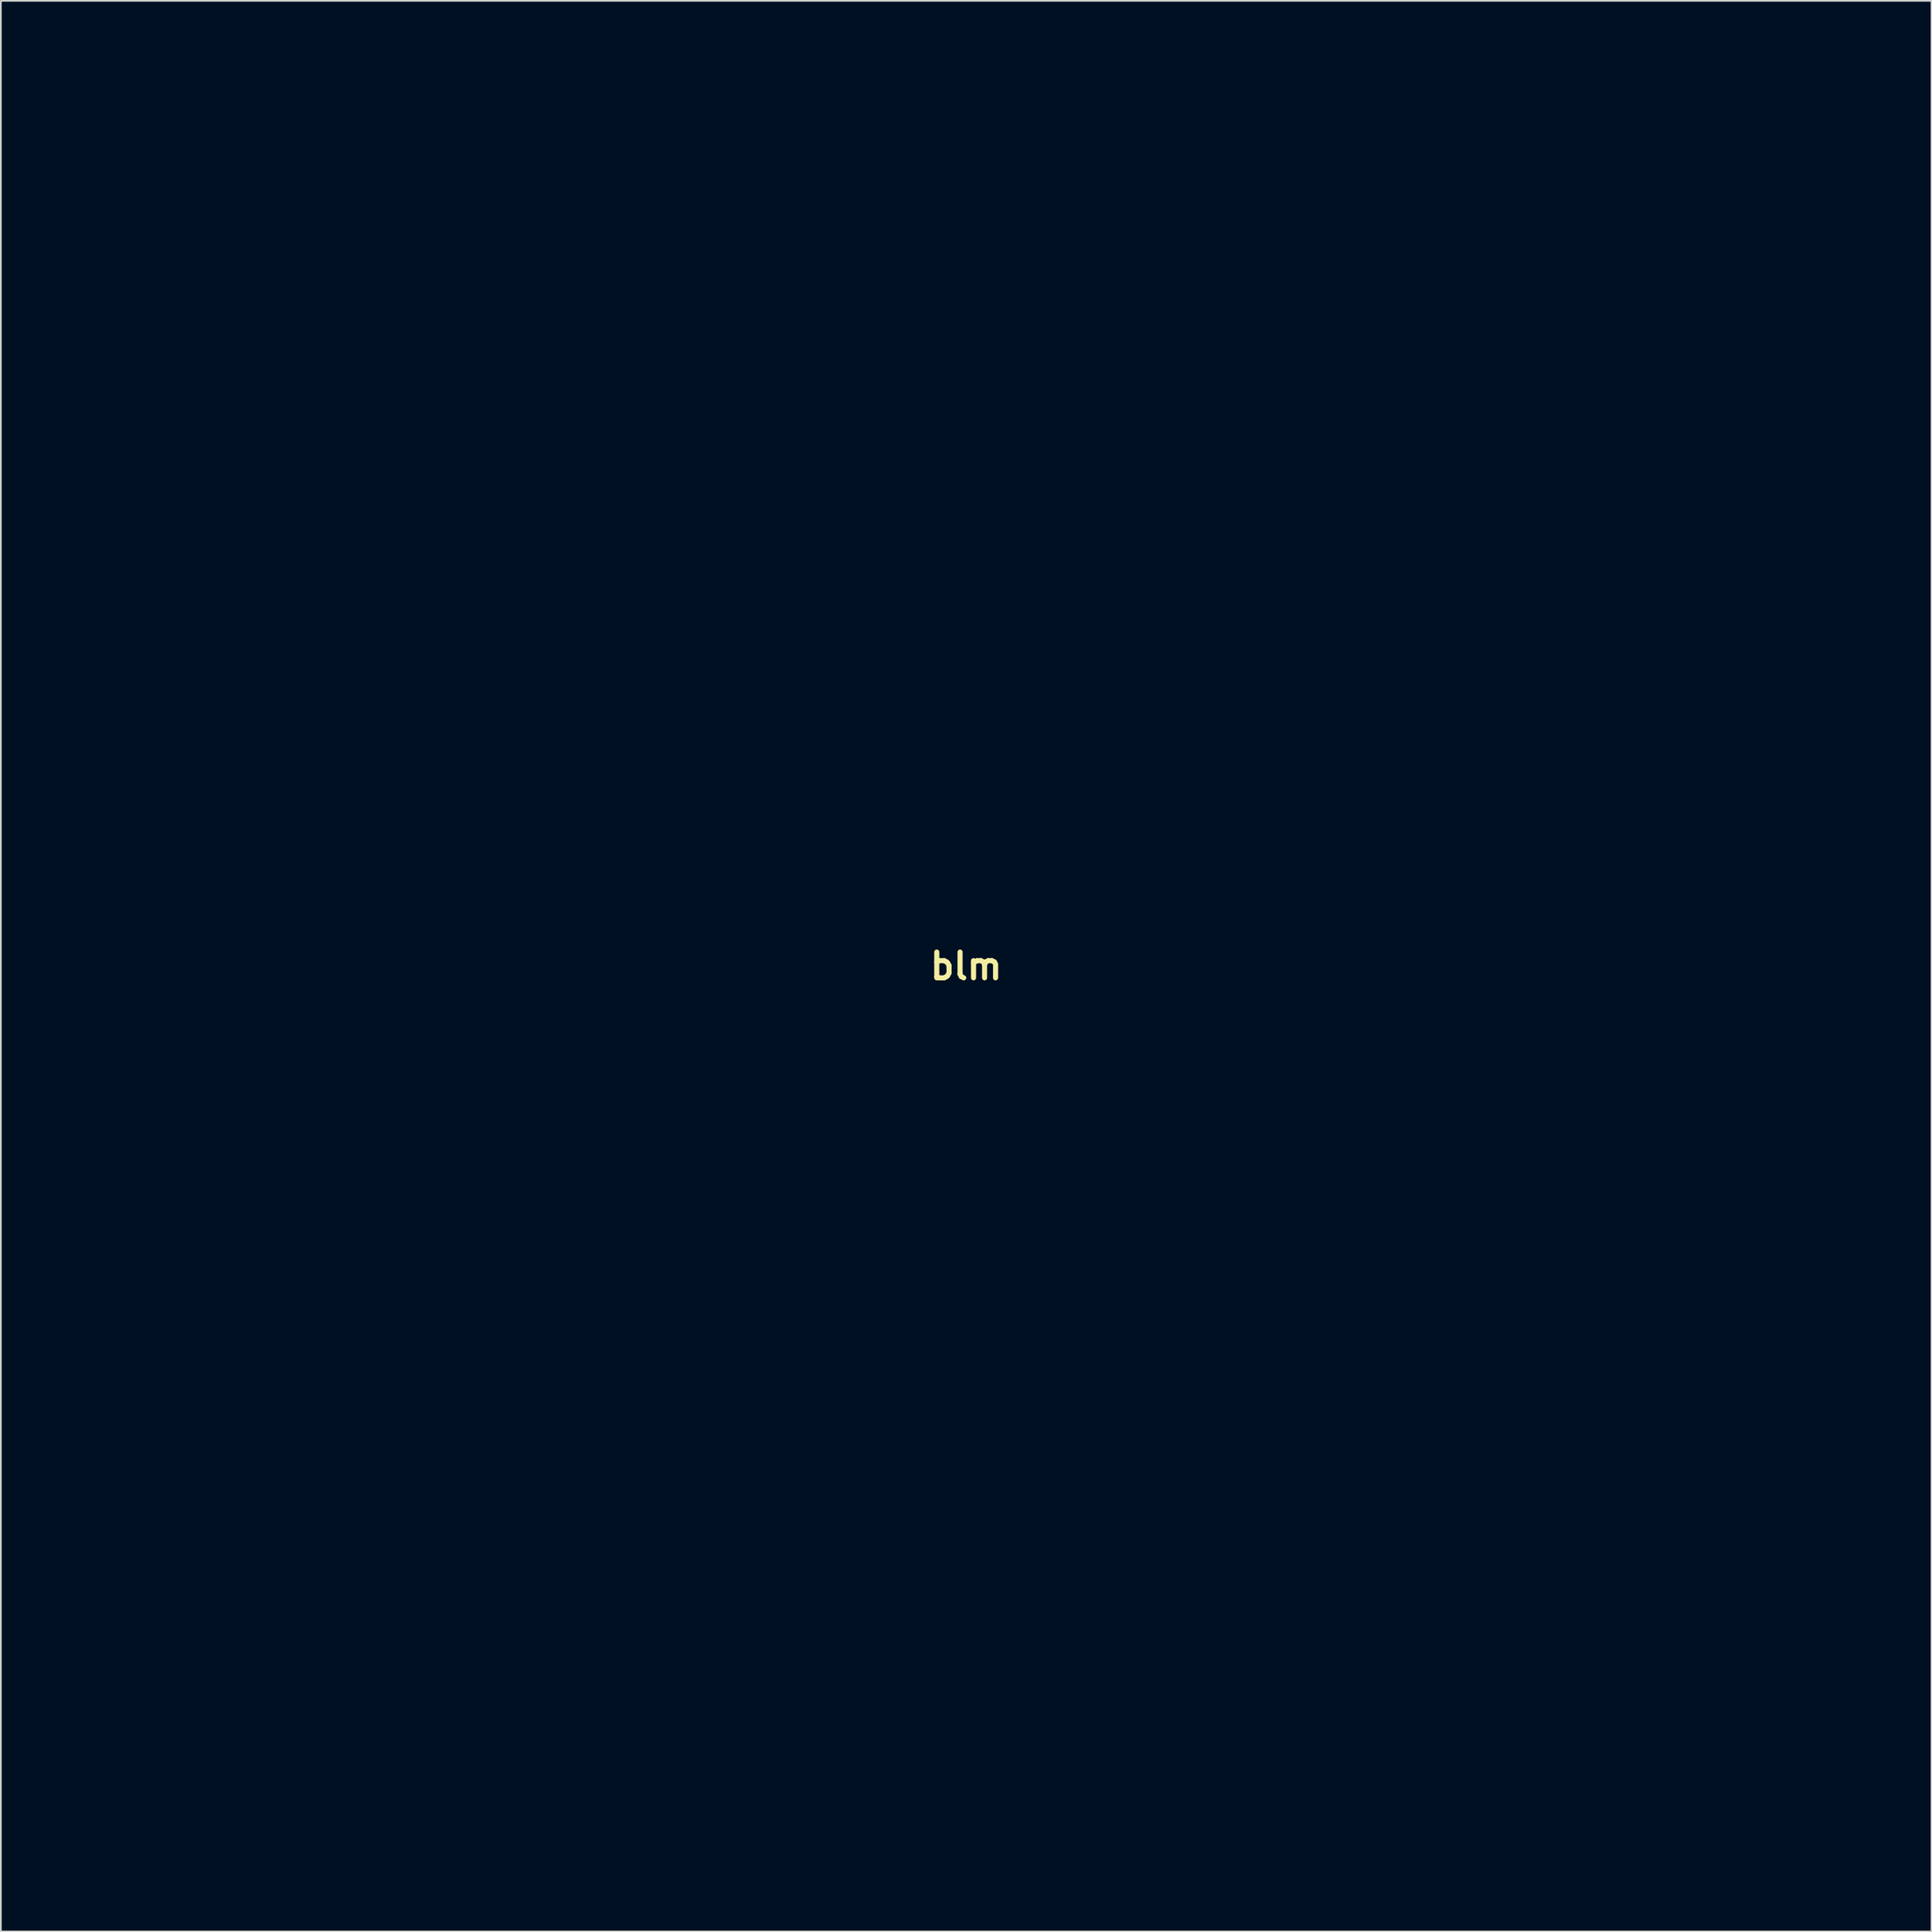
<source format=kicad_pcb>
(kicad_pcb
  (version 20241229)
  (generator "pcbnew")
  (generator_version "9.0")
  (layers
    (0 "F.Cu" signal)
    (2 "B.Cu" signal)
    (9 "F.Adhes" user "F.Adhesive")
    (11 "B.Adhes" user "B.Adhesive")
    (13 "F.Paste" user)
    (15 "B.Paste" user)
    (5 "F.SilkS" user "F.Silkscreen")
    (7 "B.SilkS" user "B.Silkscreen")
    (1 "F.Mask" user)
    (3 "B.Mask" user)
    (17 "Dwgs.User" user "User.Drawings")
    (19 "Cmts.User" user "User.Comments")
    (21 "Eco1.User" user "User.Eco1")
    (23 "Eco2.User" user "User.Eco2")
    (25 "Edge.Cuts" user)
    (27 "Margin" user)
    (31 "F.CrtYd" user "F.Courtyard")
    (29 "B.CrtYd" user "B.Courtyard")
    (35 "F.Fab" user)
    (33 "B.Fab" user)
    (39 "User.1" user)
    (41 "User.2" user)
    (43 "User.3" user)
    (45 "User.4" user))
  (footprint "blm"
    (layer "F.Cu")
    (at 54.187 54.187)
    (property "Reference" "blm" (at 0 0 0) (layer "F.SilkS") (effects (font (size 1.524 1.524) (thickness 0.3))))
    (attr through_hole)
    (fp_poly (pts (xy -19.522 27.922) (xy -19.481 28.158) (xy -19.424 28.542) (xy -19.351 29.077) (xy -19.262 29.765) (xy -19.155 30.609) (xy -19.031 31.609) (xy -18.89 32.769) (xy -18.73 34.091) (xy -18.553 35.578) (xy -18.377 37.07) (xy -18.319 37.589) (xy -18.269 38.084) (xy -18.231 38.517) (xy -18.208 38.848) (xy -18.203 38.996) (xy -18.203 39.455) (xy -20.936 39.455) (xy -20.889 38.714) (xy -20.871 38.508) (xy -20.835 38.153) (xy -20.784 37.669) (xy -20.719 37.073) (xy -20.643 36.386) (xy -20.557 35.627) (xy -20.465 34.814) (xy -20.367 33.966) (xy -20.267 33.104) (xy -20.167 32.245) (xy -20.069 31.41) (xy -19.975 30.617) (xy -19.886 29.885) (xy -19.807 29.233) (xy -19.738 28.681) (xy -19.721 28.549) (xy -19.67 28.215) (xy -19.617 27.968) (xy -19.569 27.84) (xy -19.547 27.833)) (stroke (width 0) (type solid)) (fill yes) (layer "F.Mask"))
    (fp_poly (pts (xy 33.193 27.094) (xy 33.65 27.112) (xy 34.11 27.14) (xy 34.536 27.177) (xy 34.888 27.22) (xy 35.128 27.267) (xy 35.191 27.291) (xy 35.494 27.507) (xy 35.785 27.808) (xy 35.982 28.099) (xy 36.016 28.249) (xy 36.048 28.542) (xy 36.075 28.95) (xy 36.099 29.449) (xy 36.117 30.01) (xy 36.131 30.607) (xy 36.139 31.214) (xy 36.14 31.804) (xy 36.135 32.351) (xy 36.122 32.827) (xy 36.102 33.206) (xy 36.083 33.393) (xy 36.004 33.845) (xy 35.885 34.176) (xy 35.699 34.436) (xy 35.419 34.672) (xy 35.34 34.727) (xy 35.177 34.828) (xy 35.014 34.895) (xy 34.809 34.938) (xy 34.52 34.963) (xy 34.107 34.981) (xy 34.078 34.982) (xy 33.623 34.992) (xy 33.159 34.995) (xy 32.755 34.991) (xy 32.575 34.986) (xy 32.004 34.96) (xy 32.004 27.181) (xy 32.228 27.125) (xy 32.443 27.098) (xy 32.778 27.089)) (stroke (width 0) (type solid)) (fill yes) (layer "F.Mask"))
    (fp_poly (pts (xy -40.694 -34.5) (xy -40.295 -34.495) (xy -40.008 -34.481) (xy -39.802 -34.457) (xy -39.65 -34.418) (xy -39.521 -34.362) (xy -39.414 -34.303) (xy -39.199 -34.166) (xy -39.026 -34.027) (xy -38.891 -33.864) (xy -38.79 -33.658) (xy -38.717 -33.389) (xy -38.668 -33.037) (xy -38.638 -32.582) (xy -38.622 -32.004) (xy -38.615 -31.283) (xy -38.614 -31.005) (xy -38.613 -30.291) (xy -38.617 -29.723) (xy -38.63 -29.281) (xy -38.654 -28.942) (xy -38.695 -28.684) (xy -38.754 -28.485) (xy -38.836 -28.323) (xy -38.945 -28.175) (xy -39.084 -28.02) (xy -39.101 -28.002) (xy -39.31 -27.826) (xy -39.581 -27.696) (xy -39.936 -27.604) (xy -40.399 -27.548) (xy -40.992 -27.521) (xy -41.412 -27.517) (xy -42.662 -27.517) (xy -42.713 -27.877) (xy -42.724 -28.043) (xy -42.733 -28.357) (xy -42.739 -28.797) (xy -42.744 -29.341) (xy -42.745 -29.969) (xy -42.743 -30.657) (xy -42.739 -31.369) (xy -42.714 -34.502) (xy -41.233 -34.502)) (stroke (width 0) (type solid)) (fill yes) (layer "F.Mask"))
    (fp_poly (pts (xy -41.465 -45.124) (xy -40.982 -45.118) (xy -40.528 -45.104) (xy -40.145 -45.084) (xy -39.874 -45.059) (xy -39.807 -45.049) (xy -39.451 -44.909) (xy -39.109 -44.654) (xy -38.836 -44.333) (xy -38.692 -44.03) (xy -38.667 -43.85) (xy -38.646 -43.53) (xy -38.63 -43.101) (xy -38.62 -42.592) (xy -38.614 -42.032) (xy -38.613 -41.451) (xy -38.617 -40.88) (xy -38.626 -40.348) (xy -38.639 -39.884) (xy -38.658 -39.518) (xy -38.682 -39.28) (xy -38.689 -39.243) (xy -38.843 -38.905) (xy -39.12 -38.589) (xy -39.478 -38.336) (xy -39.83 -38.195) (xy -40.054 -38.16) (xy -40.403 -38.131) (xy -40.834 -38.11) (xy -41.305 -38.1) (xy -41.43 -38.1) (xy -41.907 -38.101) (xy -42.242 -38.107) (xy -42.461 -38.121) (xy -42.592 -38.148) (xy -42.66 -38.191) (xy -42.693 -38.255) (xy -42.703 -38.291) (xy -42.715 -38.415) (xy -42.725 -38.69) (xy -42.735 -39.095) (xy -42.743 -39.611) (xy -42.749 -40.218) (xy -42.753 -40.897) (xy -42.755 -41.629) (xy -42.756 -41.804) (xy -42.757 -45.127)) (stroke (width 0) (type solid)) (fill yes) (layer "F.Mask"))
    (fp_poly (pts (xy -27.792 -1.079) (xy -27.77 11.261) (xy -29.624 11.261) (xy -30.238 11.259) (xy -30.704 11.254) (xy -31.042 11.244) (xy -31.273 11.228) (xy -31.418 11.203) (xy -31.496 11.169) (xy -31.529 11.127) (xy -31.538 11.021) (xy -31.546 10.758) (xy -31.553 10.349) (xy -31.559 9.807) (xy -31.564 9.142) (xy -31.569 8.367) (xy -31.573 7.493) (xy -31.576 6.531) (xy -31.578 5.493) (xy -31.58 4.392) (xy -31.581 3.237) (xy -31.582 2.042) (xy -31.581 0.818) (xy -31.58 -0.425) (xy -31.579 -1.673) (xy -31.577 -2.916) (xy -31.574 -4.142) (xy -31.57 -5.339) (xy -31.566 -6.496) (xy -31.562 -7.601) (xy -31.557 -8.642) (xy -31.551 -9.608) (xy -31.545 -10.487) (xy -31.539 -11.268) (xy -31.532 -11.939) (xy -31.524 -12.488) (xy -31.516 -12.904) (xy -31.508 -13.175) (xy -31.499 -13.29) (xy -31.498 -13.293) (xy -31.447 -13.336) (xy -31.341 -13.368) (xy -31.161 -13.391) (xy -30.885 -13.407) (xy -30.492 -13.415) (xy -29.962 -13.419) (xy -29.615 -13.42) (xy -27.813 -13.42)) (stroke (width 0) (type solid)) (fill yes) (layer "F.Mask"))
    (fp_poly (pts (xy -4.064 -9.821) (xy -9.652 -9.821) (xy -9.652 -2.879) (xy -4.995 -2.879) (xy -4.995 0.762) (xy -9.755 0.762) (xy -9.725 4.142) (xy -9.716 4.883) (xy -9.705 5.572) (xy -9.692 6.189) (xy -9.677 6.717) (xy -9.661 7.136) (xy -9.645 7.43) (xy -9.629 7.578) (xy -9.624 7.592) (xy -9.525 7.611) (xy -9.277 7.63) (xy -8.902 7.649) (xy -8.42 7.668) (xy -7.853 7.684) (xy -7.22 7.699) (xy -6.872 7.705) (xy -4.191 7.747) (xy -4.168 9.504) (xy -4.145 11.261) (xy -8.756 11.261) (xy -9.624 11.26) (xy -10.439 11.256) (xy -11.188 11.251) (xy -11.853 11.244) (xy -12.42 11.236) (xy -12.873 11.226) (xy -13.196 11.216) (xy -13.375 11.204) (xy -13.406 11.197) (xy -13.411 11.107) (xy -13.416 10.856) (xy -13.423 10.455) (xy -13.429 9.914) (xy -13.436 9.241) (xy -13.444 8.446) (xy -13.452 7.538) (xy -13.46 6.528) (xy -13.468 5.424) (xy -13.476 4.237) (xy -13.484 2.975) (xy -13.492 1.647) (xy -13.5 0.265) (xy -13.507 -1.122) (xy -13.57 -13.377) (xy -4.064 -13.377)) (stroke (width 0) (type solid)) (fill yes) (layer "F.Mask"))
    (fp_poly (pts (xy -14.486 -44.485) (xy -14.456 -44.378) (xy -14.421 -44.196) (xy -14.378 -43.932) (xy -14.327 -43.576) (xy -14.266 -43.119) (xy -14.195 -42.552) (xy -14.111 -41.866) (xy -14.014 -41.052) (xy -13.901 -40.101) (xy -13.773 -39.005) (xy -13.627 -37.754) (xy -13.546 -37.059) (xy -13.456 -36.284) (xy -13.373 -35.553) (xy -13.298 -34.884) (xy -13.234 -34.297) (xy -13.183 -33.81) (xy -13.146 -33.443) (xy -13.126 -33.215) (xy -13.123 -33.154) (xy -13.144 -32.954) (xy -13.241 -32.859) (xy -13.388 -32.819) (xy -13.608 -32.792) (xy -13.928 -32.775) (xy -14.31 -32.766) (xy -14.717 -32.767) (xy -15.113 -32.775) (xy -15.46 -32.79) (xy -15.723 -32.813) (xy -15.863 -32.842) (xy -15.876 -32.852) (xy -15.89 -32.969) (xy -15.883 -33.211) (xy -15.858 -33.537) (xy -15.838 -33.719) (xy -15.748 -34.494) (xy -15.651 -35.329) (xy -15.549 -36.208) (xy -15.443 -37.114) (xy -15.335 -38.031) (xy -15.228 -38.944) (xy -15.123 -39.834) (xy -15.022 -40.687) (xy -14.927 -41.485) (xy -14.841 -42.213) (xy -14.764 -42.854) (xy -14.7 -43.392) (xy -14.649 -43.811) (xy -14.614 -44.093) (xy -14.597 -44.223) (xy -14.575 -44.352) (xy -14.555 -44.451) (xy -14.534 -44.513) (xy -14.512 -44.527)) (stroke (width 0) (type solid)) (fill yes) (layer "F.Mask"))
    (fp_poly (pts (xy -39.104 -12.255) (xy -39.101 -12.02) (xy -39.099 -11.627) (xy -39.095 -11.09) (xy -39.09 -10.422) (xy -39.086 -9.634) (xy -39.08 -8.739) (xy -39.074 -7.751) (xy -39.068 -6.681) (xy -39.061 -5.542) (xy -39.055 -4.346) (xy -39.048 -3.107) (xy -39.041 -1.836) (xy -39.04 -1.736) (xy -38.989 7.662) (xy -36.237 7.712) (xy -35.573 7.725) (xy -34.965 7.737) (xy -34.433 7.748) (xy -33.999 7.758) (xy -33.681 7.767) (xy -33.499 7.773) (xy -33.465 7.776) (xy -33.458 7.86) (xy -33.452 8.089) (xy -33.448 8.435) (xy -33.445 8.873) (xy -33.443 9.378) (xy -33.443 9.471) (xy -33.443 11.152) (xy -33.964 11.206) (xy -34.153 11.217) (xy -34.492 11.227) (xy -34.962 11.237) (xy -35.544 11.245) (xy -36.22 11.251) (xy -36.969 11.256) (xy -37.773 11.26) (xy -38.611 11.261) (xy -42.737 11.261) (xy -42.788 11.07) (xy -42.795 10.961) (xy -42.801 10.694) (xy -42.807 10.282) (xy -42.812 9.735) (xy -42.817 9.066) (xy -42.822 8.287) (xy -42.826 7.408) (xy -42.829 6.443) (xy -42.832 5.402) (xy -42.834 4.298) (xy -42.836 3.142) (xy -42.838 1.946) (xy -42.839 0.722) (xy -42.839 -0.518) (xy -42.839 -1.764) (xy -42.839 -3.002) (xy -42.838 -4.222) (xy -42.836 -5.411) (xy -42.834 -6.558) (xy -42.831 -7.651) (xy -42.828 -8.678) (xy -42.825 -9.628) (xy -42.821 -10.488) (xy -42.817 -11.247) (xy -42.812 -11.894) (xy -42.806 -12.416) (xy -42.8 -12.801) (xy -42.794 -13.039) (xy -42.788 -13.113) (xy -42.736 -13.377) (xy -39.116 -13.377)) (stroke (width 0) (type solid)) (fill yes) (layer "F.Mask"))
    (fp_poly (pts (xy -16.19 -13.427) (xy -15.661 -13.406) (xy -15.189 -13.381) (xy -14.801 -13.356) (xy -14.523 -13.331) (xy -14.382 -13.308) (xy -14.37 -13.302) (xy -14.358 -13.288) (xy -14.348 -13.265) (xy -14.342 -13.226) (xy -14.34 -13.16) (xy -14.343 -13.061) (xy -14.353 -12.919) (xy -14.37 -12.726) (xy -14.395 -12.474) (xy -14.429 -12.153) (xy -14.474 -11.755) (xy -14.529 -11.273) (xy -14.597 -10.696) (xy -14.678 -10.018) (xy -14.772 -9.228) (xy -14.882 -8.32) (xy -15.007 -7.283) (xy -15.15 -6.11) (xy -15.31 -4.792) (xy -15.489 -3.321) (xy -15.631 -2.159) (xy -15.787 -0.871) (xy -15.942 0.401) (xy -16.093 1.642) (xy -16.239 2.839) (xy -16.378 3.978) (xy -16.508 5.045) (xy -16.627 6.027) (xy -16.735 6.91) (xy -16.829 7.68) (xy -16.907 8.322) (xy -16.968 8.825) (xy -17.01 9.173) (xy -17.01 9.173) (xy -17.099 9.873) (xy -17.176 10.413) (xy -17.243 10.803) (xy -17.302 11.053) (xy -17.354 11.173) (xy -17.365 11.183) (xy -17.48 11.204) (xy -17.738 11.221) (xy -18.116 11.235) (xy -18.592 11.246) (xy -19.142 11.254) (xy -19.743 11.259) (xy -20.372 11.26) (xy -21.007 11.259) (xy -21.623 11.254) (xy -22.199 11.246) (xy -22.71 11.236) (xy -23.135 11.222) (xy -23.449 11.205) (xy -23.631 11.186) (xy -23.666 11.173) (xy -23.686 11.127) (xy -23.709 11.04) (xy -23.736 10.906) (xy -23.769 10.714) (xy -23.81 10.456) (xy -23.858 10.124) (xy -23.915 9.708) (xy -23.983 9.201) (xy -24.062 8.592) (xy -24.153 7.874) (xy -24.259 7.038) (xy -24.379 6.075) (xy -24.516 4.976) (xy -24.669 3.733) (xy -24.841 2.337) (xy -24.978 1.228) (xy -25.2 -0.587) (xy -25.403 -2.242) (xy -25.587 -3.743) (xy -25.753 -5.098) (xy -25.902 -6.316) (xy -26.034 -7.402) (xy -26.151 -8.366) (xy -26.253 -9.213) (xy -26.342 -9.952) (xy -26.417 -10.591) (xy -26.481 -11.136) (xy -26.534 -11.595) (xy -26.577 -11.975) (xy -26.61 -12.285) (xy -26.635 -12.531) (xy -26.653 -12.721) (xy -26.664 -12.863) (xy -26.669 -12.963) (xy -26.67 -13.007) (xy -26.658 -13.232) (xy -26.599 -13.344) (xy -26.454 -13.399) (xy -26.405 -13.409) (xy -26.199 -13.431) (xy -25.863 -13.445) (xy -25.439 -13.453) (xy -24.966 -13.453) (xy -24.485 -13.446) (xy -24.036 -13.433) (xy -23.659 -13.414) (xy -23.413 -13.391) (xy -23.161 -13.348) (xy -23.026 -13.284) (xy -22.957 -13.16) (xy -22.926 -13.039) (xy -22.906 -12.91) (xy -22.868 -12.626) (xy -22.814 -12.201) (xy -22.746 -11.647) (xy -22.664 -10.977) (xy -22.571 -10.204) (xy -22.467 -9.343) (xy -22.356 -8.405) (xy -22.238 -7.404) (xy -22.115 -6.353) (xy -22.055 -5.842) (xy -21.859 -4.159) (xy -21.682 -2.637) (xy -21.522 -1.266) (xy -21.379 -0.04) (xy -21.251 1.05) (xy -21.138 2.013) (xy -21.039 2.855) (xy -20.953 3.586) (xy -20.879 4.213) (xy -20.815 4.745) (xy -20.761 5.189) (xy -20.716 5.553) (xy -20.678 5.846) (xy -20.648 6.075) (xy -20.623 6.249) (xy -20.603 6.375) (xy -20.587 6.462) (xy -20.574 6.518) (xy -20.563 6.551) (xy -20.553 6.569) (xy -20.542 6.579) (xy -20.537 6.585) (xy -20.457 6.599) (xy -20.455 6.597) (xy -20.44 6.51) (xy -20.408 6.265) (xy -20.358 5.873) (xy -20.293 5.345) (xy -20.213 4.69) (xy -20.119 3.919) (xy -20.014 3.043) (xy -19.898 2.072) (xy -19.772 1.017) (xy -19.638 -0.112) (xy -19.497 -1.304) (xy -19.35 -2.549) (xy -19.27 -3.231) (xy -19.12 -4.504) (xy -18.974 -5.733) (xy -18.834 -6.908) (xy -18.701 -8.016) (xy -18.575 -9.047) (xy -18.46 -9.992) (xy -18.355 -10.838) (xy -18.262 -11.575) (xy -18.183 -12.192) (xy -18.119 -12.679) (xy -18.071 -13.025) (xy -18.041 -13.218) (xy -18.032 -13.255) (xy -17.944 -13.487)) (stroke (width 0) (type solid)) (fill yes) (layer "F.Mask"))
    (fp_poly (pts (xy 3.937 -13.389) (xy 4.667 -13.334) (xy 5.325 -13.241) (xy 5.68 -13.164) (xy 6.495 -12.876) (xy 7.222 -12.459) (xy 7.841 -11.927) (xy 8.338 -11.293) (xy 8.492 -11.024) (xy 8.675 -10.653) (xy 8.81 -10.314) (xy 8.906 -9.966) (xy 8.972 -9.569) (xy 9.018 -9.083) (xy 9.049 -8.494) (xy 9.102 -7.294) (xy 8.858 -7.245) (xy 8.696 -7.229) (xy 8.397 -7.216) (xy 7.994 -7.205) (xy 7.521 -7.198) (xy 7.107 -7.197) (xy 6.537 -7.199) (xy 6.114 -7.209) (xy 5.816 -7.227) (xy 5.622 -7.255) (xy 5.511 -7.294) (xy 5.48 -7.317) (xy 5.409 -7.465) (xy 5.348 -7.735) (xy 5.308 -8.052) (xy 5.211 -8.649) (xy 5.026 -9.111) (xy 4.745 -9.453) (xy 4.485 -9.631) (xy 4.28 -9.729) (xy 4.085 -9.787) (xy 3.848 -9.812) (xy 3.516 -9.812) (xy 3.331 -9.806) (xy 2.954 -9.789) (xy 2.699 -9.76) (xy 2.518 -9.708) (xy 2.364 -9.619) (xy 2.239 -9.523) (xy 2.018 -9.332) (xy 1.855 -9.148) (xy 1.742 -8.941) (xy 1.67 -8.684) (xy 1.632 -8.346) (xy 1.62 -7.899) (xy 1.625 -7.313) (xy 1.626 -7.281) (xy 1.636 -6.762) (xy 1.649 -6.378) (xy 1.67 -6.095) (xy 1.704 -5.878) (xy 1.756 -5.693) (xy 1.832 -5.506) (xy 1.922 -5.311) (xy 2.159 -4.857) (xy 2.43 -4.433) (xy 2.752 -4.02) (xy 3.144 -3.602) (xy 3.623 -3.159) (xy 4.207 -2.673) (xy 4.912 -2.126) (xy 5.207 -1.906) (xy 6.057 -1.244) (xy 6.769 -0.621) (xy 7.361 -0.015) (xy 7.852 0.597) (xy 8.262 1.237) (xy 8.609 1.927) (xy 8.743 2.244) (xy 9.017 2.921) (xy 9.042 5.062) (xy 9.049 5.772) (xy 9.048 6.337) (xy 9.04 6.781) (xy 9.023 7.126) (xy 8.997 7.398) (xy 8.96 7.62) (xy 8.935 7.729) (xy 8.644 8.573) (xy 8.225 9.306) (xy 7.678 9.928) (xy 7.005 10.439) (xy 6.205 10.836) (xy 5.546 11.055) (xy 5.185 11.124) (xy 4.699 11.177) (xy 4.133 11.213) (xy 3.531 11.23) (xy 2.935 11.228) (xy 2.392 11.206) (xy 1.944 11.163) (xy 1.808 11.141) (xy 1.104 10.982) (xy 0.523 10.787) (xy 0.021 10.535) (xy -0.449 10.204) (xy -0.802 9.895) (xy -1.346 9.276) (xy -1.762 8.567) (xy -2.034 7.799) (xy -2.116 7.366) (xy -2.163 6.943) (xy -2.196 6.499) (xy -2.217 6.069) (xy -2.223 5.69) (xy -2.213 5.396) (xy -2.187 5.221) (xy -2.173 5.193) (xy -2.065 5.166) (xy -1.82 5.142) (xy -1.467 5.123) (xy -1.039 5.107) (xy -0.567 5.096) (xy -0.081 5.09) (xy 0.387 5.089) (xy 0.806 5.094) (xy 1.144 5.106) (xy 1.371 5.124) (xy 1.454 5.145) (xy 1.499 5.263) (xy 1.547 5.505) (xy 1.59 5.825) (xy 1.601 5.937) (xy 1.672 6.456) (xy 1.786 6.843) (xy 1.959 7.134) (xy 2.208 7.366) (xy 2.264 7.406) (xy 2.425 7.505) (xy 2.586 7.568) (xy 2.789 7.603) (xy 3.08 7.617) (xy 3.436 7.62) (xy 3.832 7.617) (xy 4.102 7.602) (xy 4.292 7.566) (xy 4.445 7.499) (xy 4.605 7.394) (xy 4.63 7.376) (xy 4.839 7.209) (xy 4.996 7.037) (xy 5.107 6.831) (xy 5.18 6.564) (xy 5.224 6.21) (xy 5.244 5.742) (xy 5.249 5.131) (xy 5.249 5.129) (xy 5.249 3.721) (xy 4.96 3.152) (xy 4.677 2.649) (xy 4.345 2.172) (xy 3.947 1.702) (xy 3.464 1.22) (xy 2.877 0.706) (xy 2.168 0.141) (xy 1.778 -0.154) (xy 1.327 -0.497) (xy 0.886 -0.841) (xy 0.487 -1.162) (xy 0.164 -1.432) (xy -0.031 -1.605) (xy -0.737 -2.382) (xy -1.325 -3.272) (xy -1.8 -4.281) (xy -1.995 -4.826) (xy -2.223 -5.53) (xy -2.181 -7.654) (xy -2.168 -8.317) (xy -2.154 -8.835) (xy -2.137 -9.234) (xy -2.116 -9.539) (xy -2.088 -9.776) (xy -2.05 -9.97) (xy -2 -10.145) (xy -1.935 -10.328) (xy -1.929 -10.344) (xy -1.559 -11.139) (xy -1.083 -11.81) (xy -0.497 -12.358) (xy 0.203 -12.789) (xy 1.023 -13.104) (xy 1.966 -13.308) (xy 2.503 -13.37) (xy 3.197 -13.403)) (stroke (width 0) (type solid)) (fill yes) (layer "F.Mask"))
    (fp_poly (pts (xy 54.187 54.187) (xy -54.187 54.187) (xy -54.187 48.178) (xy -26.34 48.178) (xy -24.282 48.156) (xy -22.225 48.133) (xy -21.785 45.635) (xy -21.674 45.005) (xy -21.573 44.43) (xy -21.486 43.929) (xy -21.416 43.525) (xy -21.367 43.238) (xy -21.342 43.089) (xy -21.34 43.074) (xy -21.254 43.039) (xy -21.002 43.019) (xy -20.589 43.014) (xy -20.019 43.024) (xy -19.294 43.049) (xy -18.921 43.066) (xy -17.734 43.12) (xy -17.368 45.499) (xy -17.272 46.12) (xy -17.183 46.691) (xy -17.104 47.189) (xy -17.038 47.592) (xy -16.991 47.876) (xy -16.964 48.019) (xy -16.962 48.027) (xy -16.938 48.074) (xy -16.88 48.109) (xy -16.77 48.135) (xy -16.585 48.154) (xy -16.308 48.165) (xy -15.918 48.172) (xy -15.394 48.175) (xy -14.853 48.175) (xy -14.179 48.173) (xy -13.659 48.167) (xy -13.276 48.156) (xy -13.014 48.139) (xy -12.857 48.115) (xy -12.79 48.083) (xy -12.785 48.068) (xy -12.796 47.958) (xy -12.828 47.704) (xy -12.878 47.33) (xy -12.941 46.86) (xy -13.016 46.318) (xy -13.082 45.846) (xy -13.156 45.315) (xy -13.248 44.646) (xy -13.354 43.865) (xy -13.471 43.003) (xy -13.594 42.087) (xy -13.72 41.146) (xy -13.844 40.209) (xy -13.933 39.539) (xy -14.065 38.534) (xy -14.211 37.428) (xy -14.365 36.266) (xy -14.52 35.087) (xy -14.673 33.936) (xy -14.816 32.853) (xy -14.944 31.882) (xy -14.984 31.581) (xy -15.098 30.716) (xy -15.214 29.832) (xy -15.327 28.957) (xy -15.435 28.122) (xy -15.532 27.356) (xy -15.616 26.688) (xy -15.683 26.148) (xy -15.702 25.993) (xy -15.769 25.439) (xy -15.832 24.926) (xy -15.887 24.485) (xy -15.931 24.144) (xy -15.96 23.932) (xy -15.965 23.897) (xy -16.01 23.622) (xy -11.515 23.622) (xy -11.515 27.09) (xy -9.716 27.113) (xy -7.916 27.136) (xy -7.895 37.656) (xy -7.873 48.175) (xy -3.838 48.175) (xy -3.782 42.651) (xy -3.771 41.497) (xy -3.761 40.236) (xy -3.752 38.904) (xy -3.743 37.539) (xy -3.737 36.179) (xy -3.731 34.861) (xy -3.727 33.623) (xy -3.726 32.503) (xy -3.725 32.11) (xy -3.725 27.093) (xy -0.085 27.093) (xy -0.085 23.622) (xy 2.032 23.622) (xy 2.032 27.09) (xy 5.715 27.136) (xy 5.736 37.656) (xy 5.758 48.175) (xy 9.799 48.175) (xy 9.861 37.698) (xy 9.869 36.379) (xy 9.878 35.108) (xy 9.887 33.894) (xy 9.895 32.747) (xy 9.904 31.678) (xy 9.913 30.697) (xy 9.921 29.814) (xy 9.93 29.04) (xy 9.937 28.385) (xy 9.945 27.858) (xy 9.951 27.471) (xy 9.957 27.234) (xy 9.962 27.157) (xy 10.055 27.138) (xy 10.291 27.121) (xy 10.644 27.107) (xy 11.09 27.098) (xy 11.601 27.094) (xy 11.731 27.093) (xy 13.462 27.093) (xy 13.462 23.622) (xy 15.579 23.622) (xy 15.579 48.175) (xy 25.823 48.175) (xy 27.94 48.175) (xy 32.004 48.175) (xy 32.004 38.591) (xy 33.38 38.623) (xy 34.026 38.647) (xy 34.53 38.69) (xy 34.919 38.757) (xy 35.222 38.857) (xy 35.465 38.996) (xy 35.675 39.181) (xy 35.713 39.221) (xy 35.788 39.318) (xy 35.852 39.443) (xy 35.907 39.609) (xy 35.952 39.83) (xy 35.99 40.12) (xy 36.022 40.493) (xy 36.048 40.963) (xy 36.07 41.544) (xy 36.089 42.249) (xy 36.105 43.092) (xy 36.121 44.088) (xy 36.125 44.344) (xy 36.18 48.175) (xy 40.139 48.175) (xy 40.114 43.752) (xy 40.09 39.328) (xy 39.853 38.846) (xy 39.587 38.427) (xy 39.21 37.999) (xy 38.767 37.6) (xy 38.303 37.269) (xy 37.862 37.047) (xy 37.804 37.027) (xy 37.627 36.937) (xy 37.55 36.836) (xy 37.55 36.832) (xy 37.565 36.758) (xy 37.631 36.687) (xy 37.779 36.6) (xy 38.037 36.476) (xy 38.216 36.394) (xy 38.652 36.137) (xy 39.096 35.772) (xy 39.495 35.348) (xy 39.799 34.917) (xy 39.854 34.813) (xy 40.09 34.332) (xy 40.116 31.166) (xy 40.123 30.232) (xy 40.124 29.449) (xy 40.117 28.797) (xy 40.102 28.259) (xy 40.075 27.815) (xy 40.035 27.446) (xy 39.98 27.135) (xy 39.909 26.862) (xy 39.819 26.608) (xy 39.708 26.355) (xy 39.614 26.162) (xy 39.172 25.464) (xy 38.596 24.87) (xy 37.888 24.381) (xy 37.049 23.997) (xy 36.66 23.868) (xy 36.507 23.824) (xy 36.358 23.787) (xy 36.195 23.757) (xy 36.002 23.732) (xy 35.763 23.712) (xy 35.461 23.696) (xy 35.08 23.683) (xy 34.603 23.672) (xy 34.014 23.663) (xy 33.296 23.655) (xy 32.433 23.647) (xy 31.983 23.643) (xy 27.94 23.608) (xy 27.94 48.175) (xy 25.823 48.175) (xy 25.823 44.8) (xy 22.825 44.773) (xy 22.127 44.765) (xy 21.484 44.754) (xy 20.913 44.74) (xy 20.435 44.725) (xy 20.07 44.708) (xy 19.836 44.691) (xy 19.755 44.676) (xy 19.74 44.578) (xy 19.726 44.33) (xy 19.713 43.949) (xy 19.703 43.453) (xy 19.694 42.861) (xy 19.688 42.191) (xy 19.685 41.461) (xy 19.685 41.162) (xy 19.685 37.719) (xy 24.807 37.674) (xy 24.807 34.121) (xy 19.745 34.121) (xy 19.684 32.899) (xy 19.67 32.465) (xy 19.663 31.901) (xy 19.663 31.251) (xy 19.67 30.553) (xy 19.684 29.848) (xy 19.696 29.407) (xy 19.77 27.136) (xy 22.797 27.113) (xy 25.823 27.091) (xy 25.823 23.622) (xy 15.579 23.622) (xy 13.462 23.622) (xy 2.032 23.622) (xy -0.085 23.622) (xy -11.515 23.622) (xy -16.01 23.622) (xy -23.104 23.622) (xy -23.154 23.982) (xy -23.174 24.133) (xy -23.213 24.435) (xy -23.27 24.871) (xy -23.342 25.425) (xy -23.427 26.079) (xy -23.522 26.817) (xy -23.626 27.621) (xy -23.736 28.475) (xy -23.793 28.914) (xy -23.937 30.035) (xy -24.062 31.003) (xy -24.169 31.831) (xy -24.26 32.534) (xy -24.337 33.126) (xy -24.401 33.621) (xy -24.456 34.033) (xy -24.502 34.377) (xy -24.541 34.666) (xy -24.575 34.916) (xy -24.607 35.139) (xy -24.637 35.351) (xy -24.643 35.391) (xy -24.672 35.599) (xy -24.719 35.953) (xy -24.783 36.43) (xy -24.859 37.007) (xy -24.945 37.664) (xy -25.038 38.377) (xy -25.135 39.124) (xy -25.145 39.201) (xy -25.242 39.954) (xy -25.336 40.68) (xy -25.424 41.354) (xy -25.503 41.955) (xy -25.569 42.458) (xy -25.619 42.842) (xy -25.652 43.083) (xy -25.653 43.095) (xy -25.69 43.368) (xy -25.744 43.774) (xy -25.811 44.278) (xy -25.885 44.847) (xy -25.963 45.445) (xy -25.993 45.678) (xy -26.068 46.25) (xy -26.138 46.78) (xy -26.2 47.24) (xy -26.25 47.602) (xy -26.283 47.839) (xy -26.293 47.902) (xy -26.34 48.178) (xy -54.187 48.178) (xy -54.187 48.175) (xy -46.821 48.175) (xy -42.758 48.175) (xy -42.736 39.994) (xy -42.714 31.813) (xy -41.036 39.846) (xy -40.797 40.988) (xy -40.567 42.085) (xy -40.349 43.125) (xy -40.146 44.096) (xy -39.959 44.987) (xy -39.791 45.786) (xy -39.644 46.483) (xy -39.521 47.064) (xy -39.425 47.519) (xy -39.357 47.836) (xy -39.321 48.004) (xy -39.315 48.027) (xy -39.291 48.074) (xy -39.233 48.109) (xy -39.121 48.135) (xy -38.937 48.154) (xy -38.659 48.165) (xy -38.267 48.172) (xy -37.743 48.175) (xy -37.211 48.175) (xy -36.565 48.174) (xy -36.068 48.171) (xy -35.7 48.164) (xy -35.442 48.151) (xy -35.272 48.131) (xy -35.172 48.103) (xy -35.122 48.065) (xy -35.103 48.027) (xy -35.079 47.925) (xy -35.021 47.668) (xy -34.932 47.27) (xy -34.814 46.742) (xy -34.671 46.095) (xy -34.504 45.342) (xy -34.317 44.493) (xy -34.111 43.561) (xy -33.89 42.558) (xy -33.656 41.495) (xy -33.412 40.383) (xy -33.357 40.132) (xy -33.11 39.009) (xy -32.873 37.929) (xy -32.647 36.905) (xy -32.436 35.948) (xy -32.242 35.071) (xy -32.067 34.285) (xy -31.916 33.602) (xy -31.789 33.034) (xy -31.69 32.594) (xy -31.622 32.293) (xy -31.586 32.142) (xy -31.583 32.131) (xy -31.573 32.175) (xy -31.562 32.379) (xy -31.552 32.733) (xy -31.543 33.226) (xy -31.534 33.85) (xy -31.527 34.595) (xy -31.52 35.45) (xy -31.514 36.407) (xy -31.509 37.454) (xy -31.506 38.583) (xy -31.504 39.784) (xy -31.504 40.026) (xy -31.496 48.175) (xy -27.347 48.175) (xy -27.347 23.511) (xy -30.415 23.572) (xy -31.117 23.586) (xy -31.763 23.6) (xy -32.334 23.613) (xy -32.812 23.625) (xy -33.177 23.635) (xy -33.41 23.643) (xy -33.492 23.648) (xy -33.512 23.732) (xy -33.565 23.969) (xy -33.651 24.349) (xy -33.765 24.86) (xy -33.906 25.493) (xy -34.071 26.234) (xy -34.258 27.073) (xy -34.464 28) (xy -34.686 29.001) (xy -34.923 30.068) (xy -35.171 31.187) (xy -35.296 31.75) (xy -35.609 33.159) (xy -35.887 34.41) (xy -36.133 35.512) (xy -36.349 36.473) (xy -36.535 37.301) (xy -36.696 38.004) (xy -36.831 38.591) (xy -36.943 39.069) (xy -37.035 39.447) (xy -37.107 39.732) (xy -37.162 39.933) (xy -37.202 40.058) (xy -37.228 40.115) (xy -37.243 40.112) (xy -37.248 40.082) (xy -37.265 39.985) (xy -37.314 39.736) (xy -37.392 39.349) (xy -37.495 38.838) (xy -37.621 38.216) (xy -37.767 37.497) (xy -37.93 36.695) (xy -38.108 35.823) (xy -38.297 34.896) (xy -38.495 33.927) (xy -38.699 32.93) (xy -38.906 31.918) (xy -39.114 30.906) (xy -39.319 29.908) (xy -39.518 28.936) (xy -39.709 28.006) (xy -39.89 27.13) (xy -40.056 26.322) (xy -40.206 25.597) (xy -40.336 24.967) (xy -40.445 24.448) (xy -40.527 24.052) (xy -40.582 23.793) (xy -40.607 23.685) (xy -40.607 23.684) (xy -40.628 23.645) (xy -40.675 23.614) (xy -40.766 23.59) (xy -40.916 23.572) (xy -41.141 23.559) (xy -41.459 23.552) (xy -41.886 23.549) (xy -42.437 23.55) (xy -43.13 23.553) (xy -43.715 23.557) (xy -46.778 23.58) (xy -46.8 35.877) (xy -46.821 48.175) (xy -54.187 48.175) (xy -54.187 1.099) (xy -47.031 1.099) (xy -47.031 2.46) (xy -47.03 3.802) (xy -47.028 5.114) (xy -47.026 6.385) (xy -47.023 7.605) (xy -47.02 8.762) (xy -47.016 9.846) (xy -47.012 10.846) (xy -47.007 11.751) (xy -47.001 12.55) (xy -46.995 13.233) (xy -46.988 13.789) (xy -46.981 14.207) (xy -46.973 14.477) (xy -46.965 14.584) (xy -46.898 14.901) (xy 11.684 14.901) (xy 11.684 -15.494) (xy -46.889 -15.494) (xy -46.96 -14.499) (xy -46.969 -14.297) (xy -46.977 -13.941) (xy -46.985 -13.442) (xy -46.991 -12.812) (xy -46.998 -12.061) (xy -47.004 -11.2) (xy -47.009 -10.239) (xy -47.014 -9.19) (xy -47.018 -8.063) (xy -47.021 -6.869) (xy -47.024 -5.619) (xy -47.027 -4.323) (xy -47.029 -2.992) (xy -47.03 -1.638) (xy -47.031 -0.271) (xy -47.031 1.099) (xy -54.187 1.099) (xy -54.187 -24.029) (xy -46.821 -24.029) (xy -45.514 -24.042) (xy -21.34 -24.042) (xy -19.243 -24.065) (xy -17.147 -24.088) (xy -17.077 -24.553) (xy -17.044 -24.768) (xy -16.989 -25.12) (xy -16.917 -25.58) (xy -16.831 -26.119) (xy -16.738 -26.706) (xy -16.674 -27.11) (xy -16.583 -27.684) (xy -16.501 -28.202) (xy -16.432 -28.64) (xy -16.38 -28.976) (xy -16.349 -29.186) (xy -16.341 -29.247) (xy -16.26 -29.261) (xy -16.035 -29.274) (xy -15.689 -29.284) (xy -15.247 -29.291) (xy -14.734 -29.294) (xy -14.527 -29.295) (xy -12.713 -29.295) (xy -12.664 -29.062) (xy -12.638 -28.917) (xy -12.59 -28.629) (xy -12.524 -28.225) (xy -12.444 -27.73) (xy -12.355 -27.169) (xy -12.276 -26.67) (xy -12.182 -26.073) (xy -12.094 -25.522) (xy -12.016 -25.041) (xy -11.953 -24.656) (xy -11.909 -24.391) (xy -11.889 -24.282) (xy -11.855 -24.162) (xy -11.786 -24.091) (xy -11.645 -24.053) (xy -11.392 -24.031) (xy -11.234 -24.023) (xy -10.935 -24.012) (xy -10.513 -24.001) (xy -10.013 -23.99) (xy -9.482 -23.981) (xy -9.207 -23.977) (xy -7.789 -23.961) (xy -7.789 -24.159) (xy -7.8 -24.271) (xy -7.831 -24.536) (xy -7.879 -24.939) (xy -7.944 -25.464) (xy -8.023 -26.095) (xy -8.114 -26.819) (xy -8.215 -27.619) (xy -8.324 -28.48) (xy -8.44 -29.388) (xy -8.56 -30.326) (xy -8.683 -31.279) (xy -8.806 -32.233) (xy -8.928 -33.173) (xy -9.046 -34.082) (xy -9.159 -34.945) (xy -9.264 -35.748) (xy -9.361 -36.476) (xy -9.446 -37.112) (xy -9.448 -37.126) (xy -9.5 -37.515) (xy -9.571 -38.051) (xy -9.659 -38.71) (xy -9.76 -39.473) (xy -9.872 -40.317) (xy -9.991 -41.22) (xy -10.116 -42.161) (xy -10.242 -43.118) (xy -10.318 -43.688) (xy -10.519 -45.215) (xy -6.35 -45.215) (xy -6.35 -37.318) (xy -6.349 -35.797) (xy -6.347 -34.436) (xy -6.343 -33.223) (xy -6.336 -32.151) (xy -6.327 -31.207) (xy -6.315 -30.384) (xy -6.301 -29.67) (xy -6.282 -29.056) (xy -6.26 -28.532) (xy -6.234 -28.087) (xy -6.203 -27.713) (xy -6.168 -27.398) (xy -6.128 -27.133) (xy -6.083 -26.909) (xy -6.031 -26.715) (xy -6.019 -26.672) (xy -5.761 -26.095) (xy -5.366 -25.529) (xy -4.864 -25.005) (xy -4.286 -24.553) (xy -3.663 -24.201) (xy -3.272 -24.047) (xy -2.765 -23.921) (xy -2.129 -23.823) (xy -1.402 -23.753) (xy -0.624 -23.714) (xy 0.169 -23.708) (xy 0.937 -23.735) (xy 1.642 -23.799) (xy 1.856 -23.828) (xy 2.683 -24.024) (xy 3.45 -24.346) (xy 4.14 -24.778) (xy 4.734 -25.305) (xy 5.215 -25.911) (xy 5.564 -26.58) (xy 5.668 -26.935) (xy 7.886 -26.935) (xy 7.886 -26.175) (xy 7.888 -25.532) (xy 7.892 -25.017) (xy 7.896 -24.641) (xy 7.903 -24.416) (xy 7.908 -24.358) (xy 7.929 -24.249) (xy 7.962 -24.164) (xy 8.025 -24.1) (xy 8.137 -24.053) (xy 8.317 -24.021) (xy 8.586 -24.001) (xy 8.962 -23.988) (xy 9.465 -23.981) (xy 10.114 -23.975) (xy 10.266 -23.974) (xy 12.023 -23.961) (xy 12.044 -27.877) (xy 12.048 -28.727) (xy 12.052 -29.57) (xy 12.056 -30.379) (xy 12.059 -31.131) (xy 12.061 -31.801) (xy 12.062 -32.366) (xy 12.063 -32.801) (xy 12.063 -32.997) (xy 12.066 -33.42) (xy 12.075 -33.77) (xy 12.091 -34.018) (xy 12.11 -34.136) (xy 12.118 -34.14) (xy 12.16 -34.05) (xy 12.254 -33.816) (xy 12.394 -33.454) (xy 12.576 -32.981) (xy 12.793 -32.41) (xy 13.04 -31.759) (xy 13.31 -31.042) (xy 13.597 -30.275) (xy 13.897 -29.474) (xy 14.202 -28.654) (xy 14.507 -27.83) (xy 14.807 -27.019) (xy 15.095 -26.236) (xy 15.2 -25.95) (xy 15.387 -25.439) (xy 15.557 -24.974) (xy 15.701 -24.583) (xy 15.809 -24.291) (xy 15.871 -24.124) (xy 15.88 -24.102) (xy 15.908 -24.054) (xy 15.964 -24.017) (xy 16.068 -23.991) (xy 16.24 -23.975) (xy 16.5 -23.966) (xy 16.869 -23.964) (xy 17.368 -23.968) (xy 17.996 -23.975) (xy 18.57 -23.986) (xy 19.088 -23.999) (xy 19.525 -24.016) (xy 19.857 -24.034) (xy 20.061 -24.053) (xy 20.115 -24.066) (xy 20.131 -24.178) (xy 20.098 -24.388) (xy 20.071 -24.489) (xy 20.002 -24.704) (xy 19.882 -25.059) (xy 19.716 -25.537) (xy 19.513 -26.119) (xy 19.277 -26.786) (xy 19.017 -27.522) (xy 18.737 -28.306) (xy 18.446 -29.122) (xy 18.148 -29.95) (xy 17.851 -30.772) (xy 17.562 -31.57) (xy 17.286 -32.326) (xy 17.125 -32.766) (xy 16.883 -33.428) (xy 16.653 -34.061) (xy 16.445 -34.643) (xy 16.266 -35.15) (xy 16.125 -35.559) (xy 16.029 -35.846) (xy 15.998 -35.948) (xy 15.851 -36.464) (xy 16.904 -39.377) (xy 17.408 -40.772) (xy 17.876 -42.072) (xy 18.307 -43.27) (xy 18.698 -44.362) (xy 19.048 -45.34) (xy 19.353 -46.198) (xy 19.613 -46.931) (xy 19.824 -47.533) (xy 19.985 -47.996) (xy 20.092 -48.315) (xy 20.145 -48.483) (xy 20.151 -48.508) (xy 20.076 -48.54) (xy 19.85 -48.564) (xy 19.468 -48.582) (xy 18.926 -48.594) (xy 18.22 -48.598) (xy 17.999 -48.599) (xy 15.848 -48.599) (xy 15.679 -48.112) (xy 15.6 -47.885) (xy 15.473 -47.529) (xy 15.307 -47.062) (xy 15.106 -46.501) (xy 14.878 -45.864) (xy 14.628 -45.169) (xy 14.363 -44.432) (xy 14.09 -43.672) (xy 13.814 -42.907) (xy 13.542 -42.153) (xy 13.281 -41.428) (xy 13.036 -40.75) (xy 12.814 -40.137) (xy 12.622 -39.606) (xy 12.465 -39.174) (xy 12.35 -38.86) (xy 12.284 -38.68) (xy 12.272 -38.65) (xy 12.168 -38.396) (xy 12.104 -38.608) (xy 12.092 -38.73) (xy 12.081 -39.005) (xy 12.07 -39.418) (xy 12.06 -39.953) (xy 12.051 -40.595) (xy 12.043 -41.328) (xy 12.037 -42.135) (xy 12.033 -43.002) (xy 12.031 -43.752) (xy 12.023 -48.683) (xy 8.066 -48.683) (xy 8.013 -44.556) (xy 7.999 -43.418) (xy 7.985 -42.226) (xy 7.972 -40.99) (xy 7.96 -39.722) (xy 7.948 -38.434) (xy 7.938 -37.136) (xy 7.928 -35.841) (xy 7.919 -34.56) (xy 7.911 -33.303) (xy 7.904 -32.084) (xy 7.898 -30.912) (xy 7.893 -29.8) (xy 7.889 -28.759) (xy 7.887 -27.8) (xy 7.886 -26.935) (xy 5.668 -26.935) (xy 5.746 -27.202) (xy 5.783 -27.467) (xy 5.82 -27.847) (xy 5.851 -28.289) (xy 5.87 -28.668) (xy 5.91 -29.693) (xy 4.762 -29.748) (xy 4.24 -29.769) (xy 3.685 -29.787) (xy 3.168 -29.799) (xy 2.782 -29.803) (xy 2.406 -29.804) (xy 2.153 -29.788) (xy 1.997 -29.728) (xy 1.912 -29.595) (xy 1.87 -29.363) (xy 1.847 -29.001) (xy 1.836 -28.8) (xy 1.789 -28.373) (xy 1.687 -28.06) (xy 1.499 -27.816) (xy 1.197 -27.597) (xy 0.937 -27.453) (xy 0.593 -27.292) (xy 0.301 -27.208) (xy -0.024 -27.179) (xy -0.131 -27.178) (xy -0.738 -27.236) (xy -1.263 -27.402) (xy -1.686 -27.664) (xy -1.988 -28.012) (xy -2.138 -28.379) (xy -2.156 -28.538) (xy -2.173 -28.851) (xy -2.188 -29.303) (xy -2.203 -29.877) (xy -2.216 -30.559) (xy -2.228 -31.332) (xy -2.239 -32.181) (xy -2.248 -33.091) (xy -2.256 -34.046) (xy -2.262 -35.03) (xy -2.266 -36.029) (xy -2.269 -37.026) (xy -2.27 -38.006) (xy -2.269 -38.953) (xy -2.266 -39.852) (xy -2.262 -40.688) (xy -2.255 -41.445) (xy -2.246 -42.106) (xy -2.235 -42.658) (xy -2.221 -43.084) (xy -2.207 -43.349) (xy -2.162 -43.894) (xy -2.11 -44.3) (xy -2.039 -44.595) (xy -1.934 -44.81) (xy -1.781 -44.974) (xy -1.568 -45.118) (xy -1.318 -45.249) (xy -1.029 -45.382) (xy -0.773 -45.458) (xy -0.48 -45.492) (xy -0.136 -45.5) (xy 0.27 -45.489) (xy 0.566 -45.446) (xy 0.807 -45.363) (xy 0.889 -45.323) (xy 1.343 -45.003) (xy 1.654 -44.596) (xy 1.825 -44.096) (xy 1.863 -43.655) (xy 1.86 -43.429) (xy 1.866 -43.255) (xy 1.9 -43.126) (xy 1.982 -43.036) (xy 2.13 -42.978) (xy 2.365 -42.944) (xy 2.705 -42.929) (xy 3.171 -42.925) (xy 3.782 -42.926) (xy 3.959 -42.926) (xy 5.952 -42.926) (xy 5.9 -44.005) (xy 5.868 -44.473) (xy 5.82 -44.931) (xy 5.764 -45.326) (xy 5.71 -45.588) (xy 5.414 -46.397) (xy 4.991 -47.096) (xy 4.442 -47.685) (xy 3.765 -48.166) (xy 2.959 -48.538) (xy 2.024 -48.802) (xy 0.959 -48.96) (xy 0.316 -49.001) (xy -0.876 -48.999) (xy -1.938 -48.894) (xy -2.879 -48.684) (xy -3.703 -48.368) (xy -4.419 -47.943) (xy -5.033 -47.407) (xy -5.127 -47.305) (xy -5.337 -47.036) (xy -5.58 -46.67) (xy -5.817 -46.266) (xy -5.935 -46.041) (xy -6.35 -45.215) (xy -10.519 -45.215) (xy -10.971 -48.641) (xy -14.453 -48.641) (xy -15.205 -48.64) (xy -15.903 -48.636) (xy -16.53 -48.631) (xy -17.068 -48.624) (xy -17.498 -48.616) (xy -17.803 -48.606) (xy -17.965 -48.595) (xy -17.986 -48.591) (xy -18.003 -48.502) (xy -18.04 -48.256) (xy -18.098 -47.86) (xy -18.174 -47.324) (xy -18.266 -46.659) (xy -18.375 -45.873) (xy -18.498 -44.975) (xy -18.635 -43.976) (xy -18.783 -42.884) (xy -18.942 -41.709) (xy -19.11 -40.46) (xy -19.286 -39.148) (xy -19.469 -37.78) (xy -19.642 -36.483) (xy -19.831 -35.071) (xy -20.013 -33.703) (xy -20.189 -32.39) (xy -20.356 -31.139) (xy -20.514 -29.962) (xy -20.661 -28.867) (xy -20.796 -27.865) (xy -20.918 -26.964) (xy -21.025 -26.174) (xy -21.116 -25.506) (xy -21.19 -24.968) (xy -21.245 -24.57) (xy -21.28 -24.322) (xy -21.294 -24.234) (xy -21.34 -24.042) (xy -45.514 -24.042) (xy -45.222 -24.045) (xy -32.513 -24.045) (xy -22.267 -24.045) (xy -22.267 -27.517) (xy -28.363 -27.517) (xy -28.363 -48.686) (xy -30.416 -48.664) (xy -32.47 -48.641) (xy -32.491 -36.343) (xy -32.513 -24.045) (xy -45.222 -24.045) (xy -42.736 -24.071) (xy -41.728 -24.083) (xy -40.826 -24.098) (xy -40.04 -24.115) (xy -39.379 -24.134) (xy -38.854 -24.155) (xy -38.476 -24.178) (xy -38.255 -24.202) (xy -38.232 -24.206) (xy -37.575 -24.418) (xy -36.902 -24.747) (xy -36.276 -25.159) (xy -35.806 -25.567) (xy -35.498 -25.902) (xy -35.243 -26.236) (xy -35.037 -26.59) (xy -34.873 -26.986) (xy -34.747 -27.443) (xy -34.651 -27.983) (xy -34.581 -28.627) (xy -34.531 -29.396) (xy -34.495 -30.31) (xy -34.491 -30.437) (xy -34.474 -31.365) (xy -34.48 -32.142) (xy -34.513 -32.787) (xy -34.572 -33.317) (xy -34.66 -33.749) (xy -34.778 -34.102) (xy -34.811 -34.177) (xy -35.033 -34.538) (xy -35.364 -34.935) (xy -35.763 -35.327) (xy -36.19 -35.674) (xy -36.534 -35.896) (xy -36.88 -36.091) (xy -37.083 -36.227) (xy -37.144 -36.333) (xy -37.063 -36.437) (xy -36.842 -36.569) (xy -36.568 -36.712) (xy -35.895 -37.119) (xy -35.375 -37.571) (xy -34.99 -38.091) (xy -34.726 -38.702) (xy -34.566 -39.429) (xy -34.531 -39.717) (xy -34.503 -40.144) (xy -34.488 -40.701) (xy -34.485 -41.349) (xy -34.493 -42.051) (xy -34.512 -42.766) (xy -34.541 -43.457) (xy -34.578 -44.085) (xy -34.623 -44.612) (xy -34.634 -44.704) (xy -34.804 -45.499) (xy -35.12 -46.21) (xy -35.584 -46.842) (xy -36.198 -47.396) (xy -36.703 -47.731) (xy -37.003 -47.9) (xy -37.292 -48.046) (xy -37.587 -48.169) (xy -37.903 -48.273) (xy -38.256 -48.359) (xy -38.663 -48.429) (xy -39.138 -48.486) (xy -39.698 -48.531) (xy -40.358 -48.567) (xy -41.135 -48.597) (xy -42.044 -48.621) (xy -43.101 -48.643) (xy -43.498 -48.65) (xy -46.821 -48.709) (xy -46.821 -24.029) (xy -54.187 -24.029) (xy -54.187 -54.187) (xy 54.187 -54.187)) (stroke (width 0) (type solid)) (fill yes) (layer "F.Mask")))
  (gr_rect
    (start -3 -3)
    (end 111.373 111.373)
    (stroke (width 0.1) (type default))
    (fill no)
    (layer "Edge.Cuts")))
</source>
